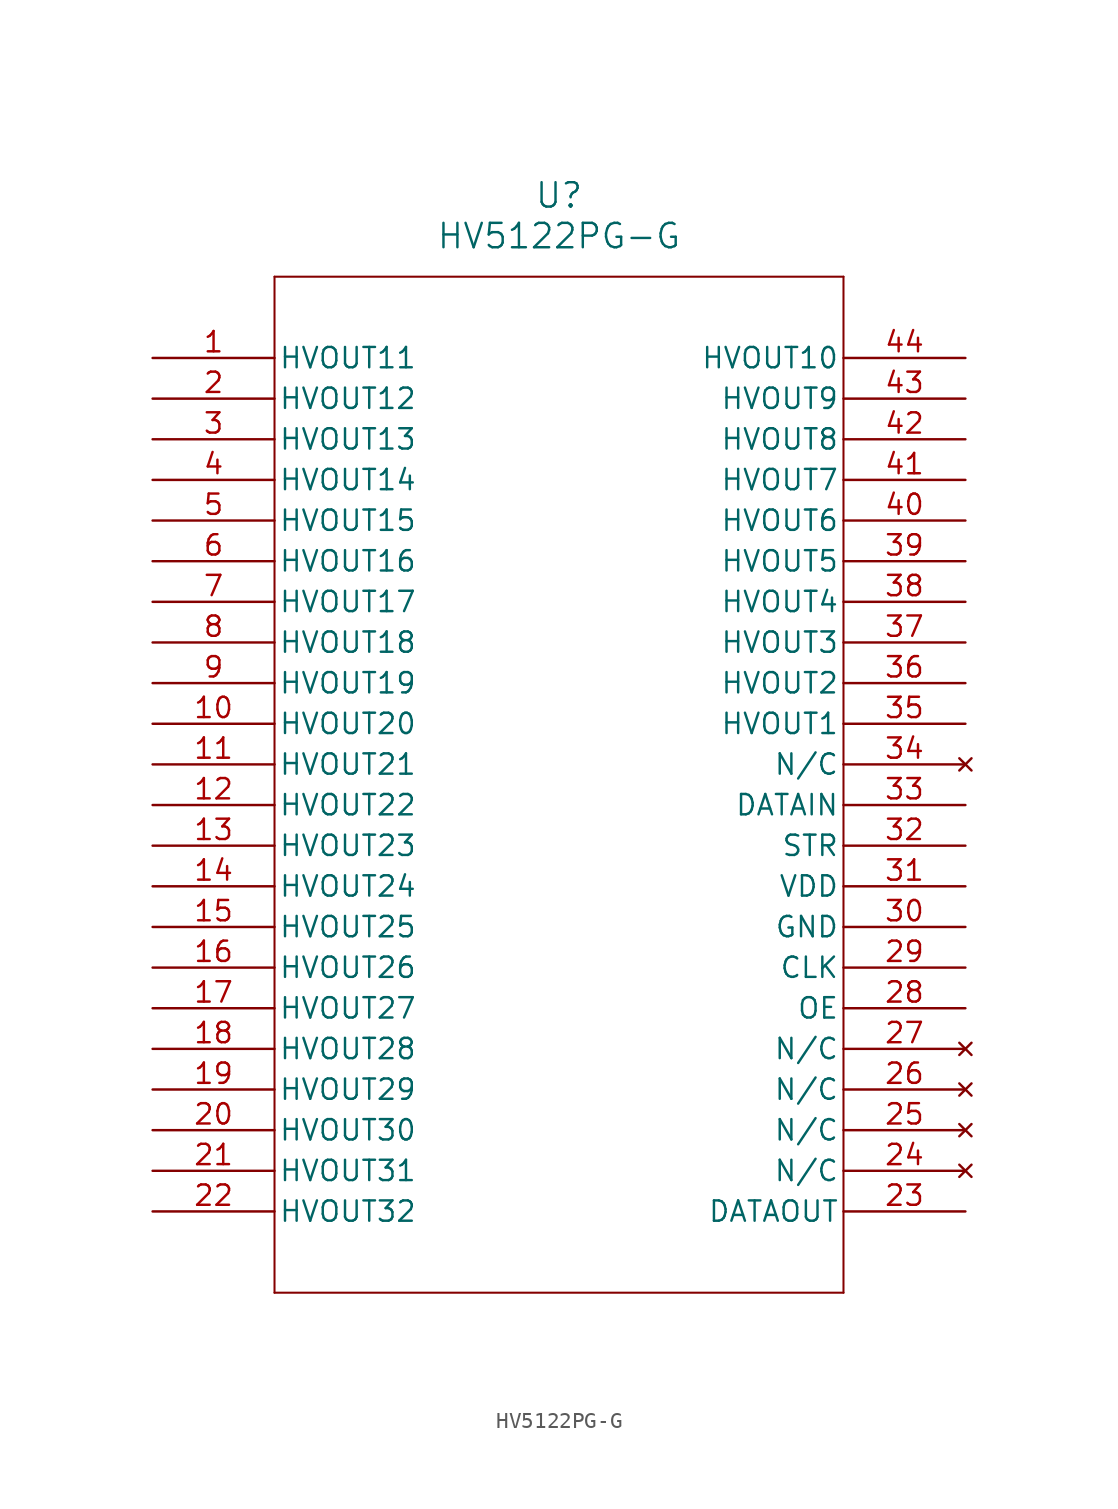
<source format=kicad_sym>
(kicad_symbol_lib
  (version 20211014)
  (generator kicad_symbol_editor)
  (symbol "HV5122PG-G"
    (pin_names
      (offset 0.254))
    (property "Reference" "U"
      (at 25.4 10.16 0)
      (effects (font (size 1.524 1.524))))
    (property "Value" "HV5122PG-G"
      (at 25.4 7.62 0)
      (effects (font (size 1.524 1.524))))
    (symbol "HV5122PG-G_0_1"
      (polyline (pts (xy 7.62 5.08) (xy 7.62 -58.42)) (stroke (width 0.127) (type default) (color 0 0 0 0)) (fill (type none)))
      (polyline (pts (xy 7.62 -58.42) (xy 43.18 -58.42)) (stroke (width 0.127) (type default) (color 0 0 0 0)) (fill (type none)))
      (polyline (pts (xy 43.18 -58.42) (xy 43.18 5.08)) (stroke (width 0.127) (type default) (color 0 0 0 0)) (fill (type none)))
      (polyline (pts (xy 43.18 5.08) (xy 7.62 5.08)) (stroke (width 0.127) (type default) (color 0 0 0 0)) (fill (type none)))
      (pin output line (at 0 0 0) (length 7.62) (name "HVOUT11" (effects (font (size 1.27 1.27)))) (number "1" (effects (font (size 1.27 1.27)))))
      (pin output line (at 0 -2.54 0) (length 7.62) (name "HVOUT12" (effects (font (size 1.27 1.27)))) (number "2" (effects (font (size 1.27 1.27)))))
      (pin output line (at 0 -5.08 0) (length 7.62) (name "HVOUT13" (effects (font (size 1.27 1.27)))) (number "3" (effects (font (size 1.27 1.27)))))
      (pin output line (at 0 -7.62 0) (length 7.62) (name "HVOUT14" (effects (font (size 1.27 1.27)))) (number "4" (effects (font (size 1.27 1.27)))))
      (pin output line (at 0 -10.16 0) (length 7.62) (name "HVOUT15" (effects (font (size 1.27 1.27)))) (number "5" (effects (font (size 1.27 1.27)))))
      (pin output line (at 0 -12.7 0) (length 7.62) (name "HVOUT16" (effects (font (size 1.27 1.27)))) (number "6" (effects (font (size 1.27 1.27)))))
      (pin output line (at 0 -15.24 0) (length 7.62) (name "HVOUT17" (effects (font (size 1.27 1.27)))) (number "7" (effects (font (size 1.27 1.27)))))
      (pin output line (at 0 -17.78 0) (length 7.62) (name "HVOUT18" (effects (font (size 1.27 1.27)))) (number "8" (effects (font (size 1.27 1.27)))))
      (pin output line (at 0 -20.32 0) (length 7.62) (name "HVOUT19" (effects (font (size 1.27 1.27)))) (number "9" (effects (font (size 1.27 1.27)))))
      (pin output line (at 0 -22.86 0) (length 7.62) (name "HVOUT20" (effects (font (size 1.27 1.27)))) (number "10" (effects (font (size 1.27 1.27)))))
      (pin output line (at 0 -25.4 0) (length 7.62) (name "HVOUT21" (effects (font (size 1.27 1.27)))) (number "11" (effects (font (size 1.27 1.27)))))
      (pin output line (at 0 -27.94 0) (length 7.62) (name "HVOUT22" (effects (font (size 1.27 1.27)))) (number "12" (effects (font (size 1.27 1.27)))))
      (pin output line (at 0 -30.48 0) (length 7.62) (name "HVOUT23" (effects (font (size 1.27 1.27)))) (number "13" (effects (font (size 1.27 1.27)))))
      (pin output line (at 0 -33.02 0) (length 7.62) (name "HVOUT24" (effects (font (size 1.27 1.27)))) (number "14" (effects (font (size 1.27 1.27)))))
      (pin output line (at 0 -35.56 0) (length 7.62) (name "HVOUT25" (effects (font (size 1.27 1.27)))) (number "15" (effects (font (size 1.27 1.27)))))
      (pin output line (at 0 -38.1 0) (length 7.62) (name "HVOUT26" (effects (font (size 1.27 1.27)))) (number "16" (effects (font (size 1.27 1.27)))))
      (pin output line (at 0 -40.64 0) (length 7.62) (name "HVOUT27" (effects (font (size 1.27 1.27)))) (number "17" (effects (font (size 1.27 1.27)))))
      (pin output line (at 0 -43.18 0) (length 7.62) (name "HVOUT28" (effects (font (size 1.27 1.27)))) (number "18" (effects (font (size 1.27 1.27)))))
      (pin output line (at 0 -45.72 0) (length 7.62) (name "HVOUT29" (effects (font (size 1.27 1.27)))) (number "19" (effects (font (size 1.27 1.27)))))
      (pin output line (at 0 -48.26 0) (length 7.62) (name "HVOUT30" (effects (font (size 1.27 1.27)))) (number "20" (effects (font (size 1.27 1.27)))))
      (pin output line (at 0 -50.8 0) (length 7.62) (name "HVOUT31" (effects (font (size 1.27 1.27)))) (number "21" (effects (font (size 1.27 1.27)))))
      (pin output line (at 0 -53.34 0) (length 7.62) (name "HVOUT32" (effects (font (size 1.27 1.27)))) (number "22" (effects (font (size 1.27 1.27)))))
      (pin output line (at 50.8 -53.34 180) (length 7.62) (name "DATAOUT" (effects (font (size 1.27 1.27)))) (number "23" (effects (font (size 1.27 1.27)))))
      (pin no_connect line (at 50.8 -50.8 180) (length 7.62) (name "N/C" (effects (font (size 1.27 1.27)))) (number "24" (effects (font (size 1.27 1.27)))))
      (pin no_connect line (at 50.8 -48.26 180) (length 7.62) (name "N/C" (effects (font (size 1.27 1.27)))) (number "25" (effects (font (size 1.27 1.27)))))
      (pin no_connect line (at 50.8 -45.72 180) (length 7.62) (name "N/C" (effects (font (size 1.27 1.27)))) (number "26" (effects (font (size 1.27 1.27)))))
      (pin no_connect line (at 50.8 -43.18 180) (length 7.62) (name "N/C" (effects (font (size 1.27 1.27)))) (number "27" (effects (font (size 1.27 1.27)))))
      (pin bidirectional line (at 50.8 -40.64 180) (length 7.62) (name "OE" (effects (font (size 1.27 1.27)))) (number "28" (effects (font (size 1.27 1.27)))))
      (pin input line (at 50.8 -38.1 180) (length 7.62) (name "CLK" (effects (font (size 1.27 1.27)))) (number "29" (effects (font (size 1.27 1.27)))))
      (pin power_out line (at 50.8 -35.56 180) (length 7.62) (name "GND" (effects (font (size 1.27 1.27)))) (number "30" (effects (font (size 1.27 1.27)))))
      (pin power_in line (at 50.8 -33.02 180) (length 7.62) (name "VDD" (effects (font (size 1.27 1.27)))) (number "31" (effects (font (size 1.27 1.27)))))
      (pin unspecified line (at 50.8 -30.48 180) (length 7.62) (name "STR" (effects (font (size 1.27 1.27)))) (number "32" (effects (font (size 1.27 1.27)))))
      (pin input line (at 50.8 -27.94 180) (length 7.62) (name "DATAIN" (effects (font (size 1.27 1.27)))) (number "33" (effects (font (size 1.27 1.27)))))
      (pin no_connect line (at 50.8 -25.4 180) (length 7.62) (name "N/C" (effects (font (size 1.27 1.27)))) (number "34" (effects (font (size 1.27 1.27)))))
      (pin output line (at 50.8 -22.86 180) (length 7.62) (name "HVOUT1" (effects (font (size 1.27 1.27)))) (number "35" (effects (font (size 1.27 1.27)))))
      (pin output line (at 50.8 -20.32 180) (length 7.62) (name "HVOUT2" (effects (font (size 1.27 1.27)))) (number "36" (effects (font (size 1.27 1.27)))))
      (pin output line (at 50.8 -17.78 180) (length 7.62) (name "HVOUT3" (effects (font (size 1.27 1.27)))) (number "37" (effects (font (size 1.27 1.27)))))
      (pin output line (at 50.8 -15.24 180) (length 7.62) (name "HVOUT4" (effects (font (size 1.27 1.27)))) (number "38" (effects (font (size 1.27 1.27)))))
      (pin output line (at 50.8 -12.7 180) (length 7.62) (name "HVOUT5" (effects (font (size 1.27 1.27)))) (number "39" (effects (font (size 1.27 1.27)))))
      (pin output line (at 50.8 -10.16 180) (length 7.62) (name "HVOUT6" (effects (font (size 1.27 1.27)))) (number "40" (effects (font (size 1.27 1.27)))))
      (pin output line (at 50.8 -7.62 180) (length 7.62) (name "HVOUT7" (effects (font (size 1.27 1.27)))) (number "41" (effects (font (size 1.27 1.27)))))
      (pin output line (at 50.8 -5.08 180) (length 7.62) (name "HVOUT8" (effects (font (size 1.27 1.27)))) (number "42" (effects (font (size 1.27 1.27)))))
      (pin output line (at 50.8 -2.54 180) (length 7.62) (name "HVOUT9" (effects (font (size 1.27 1.27)))) (number "43" (effects (font (size 1.27 1.27)))))
      (pin output line (at 50.8 0 180) (length 7.62) (name "HVOUT10" (effects (font (size 1.27 1.27)))) (number "44" (effects (font (size 1.27 1.27))))))))
</source>
